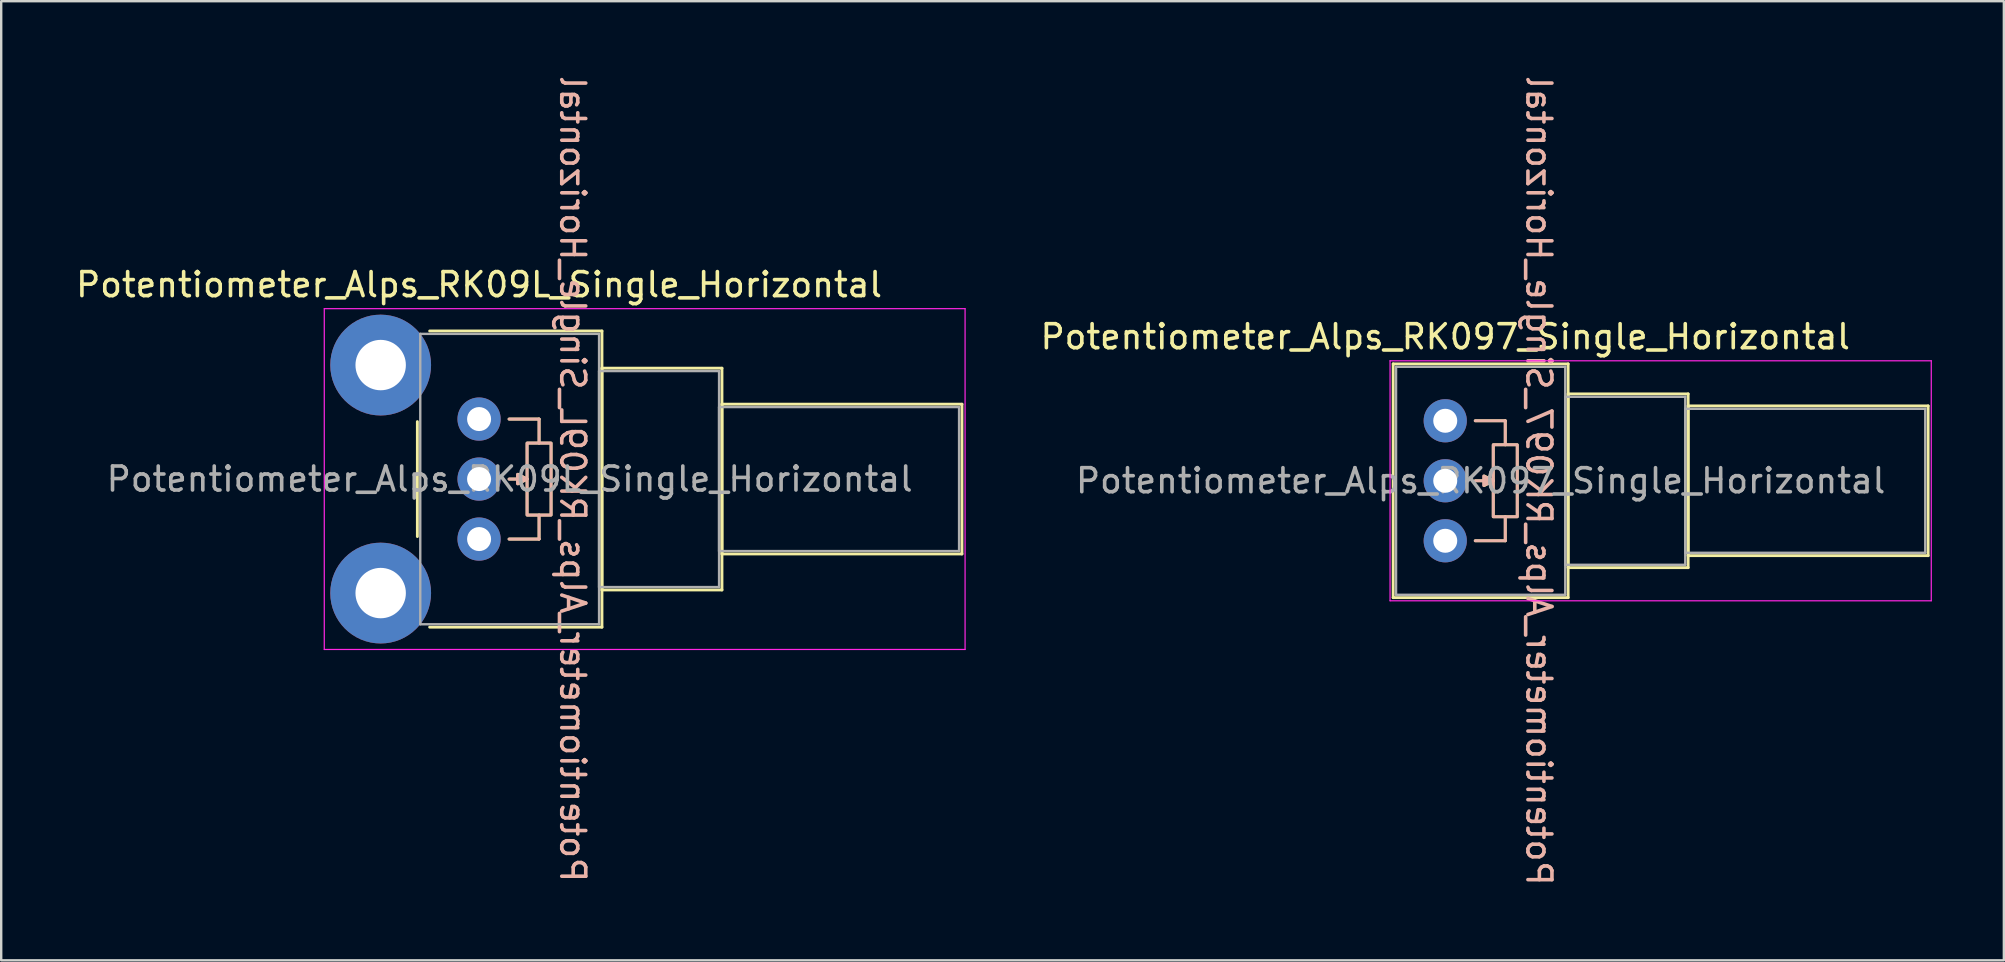
<source format=kicad_pcb>
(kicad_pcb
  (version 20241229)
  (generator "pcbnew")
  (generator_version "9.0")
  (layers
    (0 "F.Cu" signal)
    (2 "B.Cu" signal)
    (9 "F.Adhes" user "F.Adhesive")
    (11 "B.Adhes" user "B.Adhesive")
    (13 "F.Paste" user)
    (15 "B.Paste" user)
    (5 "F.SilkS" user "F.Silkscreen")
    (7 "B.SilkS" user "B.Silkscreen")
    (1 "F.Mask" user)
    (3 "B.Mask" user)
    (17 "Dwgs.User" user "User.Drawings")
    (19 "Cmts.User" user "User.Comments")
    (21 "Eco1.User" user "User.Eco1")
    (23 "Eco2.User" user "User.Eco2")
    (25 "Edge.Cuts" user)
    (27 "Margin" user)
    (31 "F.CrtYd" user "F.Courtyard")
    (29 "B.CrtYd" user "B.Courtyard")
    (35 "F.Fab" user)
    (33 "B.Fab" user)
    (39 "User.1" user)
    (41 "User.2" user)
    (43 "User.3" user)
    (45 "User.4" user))
  (footprint "Potentiometer_Alps_RK09L_Single_Horizontal"
    (layer "F.Cu")
    (at 16.911 19.411)
    (property "Reference" "Potentiometer_Alps_RK09L_Single_Horizontal" (at 0 -10.6 0) (layer "F.SilkS") (effects (font (size 1 1) (thickness 0.15))))
    (attr through_hole)
    (fp_line (start -2.571 -4.894) (end -2.571 -0.105) (stroke (width 0.12) (type solid)) (layer "F.SilkS"))
    (fp_line (start -2.059 -8.67) (end 5.12 -8.67) (stroke (width 0.12) (type solid)) (layer "F.SilkS"))
    (fp_line (start -2.059 3.67) (end 5.12 3.67) (stroke (width 0.12) (type solid)) (layer "F.SilkS"))
    (fp_line (start 2 -2.5) (end 1.25 -2.5) (stroke (width 0.12) (type solid)) (layer "F.SilkS"))
    (fp_line (start 2.5 -5) (end 1.25 -5) (stroke (width 0.12) (type solid)) (layer "F.SilkS"))
    (fp_line (start 2.5 -4) (end 2.5 -5) (stroke (width 0.12) (type solid)) (layer "F.SilkS"))
    (fp_line (start 2.5 -1) (end 2.5 0) (stroke (width 0.12) (type solid)) (layer "F.SilkS"))
    (fp_line (start 2.5 0) (end 1.25 0) (stroke (width 0.12) (type solid)) (layer "F.SilkS"))
    (fp_line (start 5.12 -8.67) (end 5.12 3.67) (stroke (width 0.12) (type solid)) (layer "F.SilkS"))
    (fp_line (start 5.12 -7.12) (end 5.12 2.12) (stroke (width 0.12) (type solid)) (layer "F.SilkS"))
    (fp_line (start 5.12 -7.12) (end 10.12 -7.12) (stroke (width 0.12) (type solid)) (layer "F.SilkS"))
    (fp_line (start 5.12 2.12) (end 10.12 2.12) (stroke (width 0.12) (type solid)) (layer "F.SilkS"))
    (fp_line (start 10.12 -7.12) (end 10.12 2.12) (stroke (width 0.12) (type solid)) (layer "F.SilkS"))
    (fp_line (start 10.12 -5.62) (end 10.12 0.62) (stroke (width 0.12) (type solid)) (layer "F.SilkS"))
    (fp_line (start 10.12 -5.62) (end 20.12 -5.62) (stroke (width 0.12) (type solid)) (layer "F.SilkS"))
    (fp_line (start 10.12 0.62) (end 20.12 0.62) (stroke (width 0.12) (type solid)) (layer "F.SilkS"))
    (fp_line (start 20.12 -5.62) (end 20.12 0.62) (stroke (width 0.12) (type solid)) (layer "F.SilkS"))
    (fp_rect (start 2 -4) (end 3 -1) (stroke (width 0.12) (type solid)) (fill no) (layer "F.SilkS"))
    (fp_poly (pts (xy 2 -2.5) (xy 1.625 -2.3) (xy 1.625 -2.7)) (stroke (width 0.12) (type solid)) (fill yes) (layer "F.SilkS"))
    (fp_line (start 1.25 -5) (end 2.5 -5) (stroke (width 0.12) (type solid)) (layer "B.SilkS"))
    (fp_line (start 1.25 -2.5) (end 2 -2.5) (stroke (width 0.12) (type solid)) (layer "B.SilkS"))
    (fp_line (start 1.25 0) (end 2.5 0) (stroke (width 0.12) (type solid)) (layer "B.SilkS"))
    (fp_line (start 2.5 -5) (end 2.5 -4) (stroke (width 0.12) (type solid)) (layer "B.SilkS"))
    (fp_line (start 2.5 0) (end 2.5 -1) (stroke (width 0.12) (type solid)) (layer "B.SilkS"))
    (fp_rect (start 2 -4) (end 3 -1) (stroke (width 0.12) (type solid)) (fill no) (layer "B.SilkS"))
    (fp_poly (pts (xy 2 -2.5) (xy 1.6 -2.3) (xy 1.6 -2.7)) (stroke (width 0.12) (type solid)) (fill yes) (layer "B.SilkS"))
    (fp_line (start -6.45 -9.6) (end -6.45 4.6) (stroke (width 0.05) (type solid)) (layer "F.CrtYd"))
    (fp_line (start -6.45 4.6) (end 20.25 4.6) (stroke (width 0.05) (type solid)) (layer "F.CrtYd"))
    (fp_line (start 20.25 -9.6) (end -6.45 -9.6) (stroke (width 0.05) (type solid)) (layer "F.CrtYd"))
    (fp_line (start 20.25 4.6) (end 20.25 -9.6) (stroke (width 0.05) (type solid)) (layer "F.CrtYd"))
    (fp_line (start -2.45 -8.55) (end -2.45 3.55) (stroke (width 0.1) (type solid)) (layer "F.Fab"))
    (fp_line (start -2.45 3.55) (end 5 3.55) (stroke (width 0.1) (type solid)) (layer "F.Fab"))
    (fp_line (start 5 -8.55) (end -2.45 -8.55) (stroke (width 0.1) (type solid)) (layer "F.Fab"))
    (fp_line (start 5 -7) (end 5 2) (stroke (width 0.1) (type solid)) (layer "F.Fab"))
    (fp_line (start 5 2) (end 10 2) (stroke (width 0.1) (type solid)) (layer "F.Fab"))
    (fp_line (start 5 3.55) (end 5 -8.55) (stroke (width 0.1) (type solid)) (layer "F.Fab"))
    (fp_line (start 10 -7) (end 5 -7) (stroke (width 0.1) (type solid)) (layer "F.Fab"))
    (fp_line (start 10 -5.5) (end 10 0.5) (stroke (width 0.1) (type solid)) (layer "F.Fab"))
    (fp_line (start 10 0.5) (end 20 0.5) (stroke (width 0.1) (type solid)) (layer "F.Fab"))
    (fp_line (start 10 2) (end 10 -7) (stroke (width 0.1) (type solid)) (layer "F.Fab"))
    (fp_line (start 20 -5.5) (end 10 -5.5) (stroke (width 0.1) (type solid)) (layer "F.Fab"))
    (fp_line (start 20 0.5) (end 20 -5.5) (stroke (width 0.1) (type solid)) (layer "F.Fab"))
    (fp_text user "${REFERENCE}" (at 3.9 -2.5 270) (unlocked yes) (layer "B.SilkS") (effects (font (size 1 1) (thickness 0.15)) (justify mirror)))
    (fp_text user "${REFERENCE}" (at 1.275 -2.5 0) (layer "F.Fab") (effects (font (size 1 1) (thickness 0.15))))
    (pad "" thru_hole circle (at -4.1 -7.25) (size 4.2 4.2) (drill 2.1) (layers "*.Cu" "*.Mask"))
    (pad "" thru_hole circle (at -4.1 2.25) (size 4.2 4.2) (drill 2.1) (layers "*.Cu" "*.Mask"))
    (pad "1" thru_hole circle (at 0 0) (size 1.8 1.8) (drill 1) (layers "*.Cu" "*.Mask"))
    (pad "2" thru_hole circle (at 0 -2.5) (size 1.8 1.8) (drill 1) (layers "*.Cu" "*.Mask"))
    (pad "3" thru_hole circle (at 0 -5) (size 1.8 1.8) (drill 1) (layers "*.Cu" "*.Mask")))
  (footprint "Potentiometer_Alps_RK097_Single_Horizontal"
    (layer "F.Cu")
    (at 57.168 19.482)
    (property "Reference" "Potentiometer_Alps_RK097_Single_Horizontal" (at 0 -8.5 0) (layer "F.SilkS") (effects (font (size 1 1) (thickness 0.15))))
    (attr through_hole)
    (fp_line (start -2.17 -7.37) (end -2.17 2.37) (stroke (width 0.12) (type solid)) (layer "F.SilkS"))
    (fp_line (start -2.17 -7.37) (end 5.12 -7.37) (stroke (width 0.12) (type solid)) (layer "F.SilkS"))
    (fp_line (start -2.17 2.37) (end 5.12 2.37) (stroke (width 0.12) (type solid)) (layer "F.SilkS"))
    (fp_line (start 2 -2.5) (end 1.25 -2.5) (stroke (width 0.12) (type solid)) (layer "F.SilkS"))
    (fp_line (start 2.5 -5) (end 1.25 -5) (stroke (width 0.12) (type solid)) (layer "F.SilkS"))
    (fp_line (start 2.5 -4) (end 2.5 -5) (stroke (width 0.12) (type solid)) (layer "F.SilkS"))
    (fp_line (start 2.5 -1) (end 2.5 0) (stroke (width 0.12) (type solid)) (layer "F.SilkS"))
    (fp_line (start 2.5 0) (end 1.25 0) (stroke (width 0.12) (type solid)) (layer "F.SilkS"))
    (fp_line (start 5.12 -7.37) (end 5.12 2.37) (stroke (width 0.12) (type solid)) (layer "F.SilkS"))
    (fp_line (start 5.12 -6.12) (end 5.12 1.12) (stroke (width 0.12) (type solid)) (layer "F.SilkS"))
    (fp_line (start 5.12 -6.12) (end 10.12 -6.12) (stroke (width 0.12) (type solid)) (layer "F.SilkS"))
    (fp_line (start 5.12 1.12) (end 10.12 1.12) (stroke (width 0.12) (type solid)) (layer "F.SilkS"))
    (fp_line (start 10.12 -6.12) (end 10.12 1.12) (stroke (width 0.12) (type solid)) (layer "F.SilkS"))
    (fp_line (start 10.12 -5.62) (end 10.12 0.62) (stroke (width 0.12) (type solid)) (layer "F.SilkS"))
    (fp_line (start 10.12 -5.62) (end 20.12 -5.62) (stroke (width 0.12) (type solid)) (layer "F.SilkS"))
    (fp_line (start 10.12 0.62) (end 20.12 0.62) (stroke (width 0.12) (type solid)) (layer "F.SilkS"))
    (fp_line (start 20.12 -5.62) (end 20.12 0.62) (stroke (width 0.12) (type solid)) (layer "F.SilkS"))
    (fp_rect (start 2 -4) (end 3 -1) (stroke (width 0.12) (type solid)) (fill no) (layer "F.SilkS"))
    (fp_poly (pts (xy 2 -2.5) (xy 1.625 -2.3) (xy 1.625 -2.7)) (stroke (width 0.12) (type solid)) (fill yes) (layer "F.SilkS"))
    (fp_line (start 1.25 -5) (end 2.5 -5) (stroke (width 0.12) (type solid)) (layer "B.SilkS"))
    (fp_line (start 1.25 -2.5) (end 2 -2.5) (stroke (width 0.12) (type solid)) (layer "B.SilkS"))
    (fp_line (start 1.25 0) (end 2.5 0) (stroke (width 0.12) (type solid)) (layer "B.SilkS"))
    (fp_line (start 2.5 -5) (end 2.5 -4) (stroke (width 0.12) (type solid)) (layer "B.SilkS"))
    (fp_line (start 2.5 0) (end 2.5 -1) (stroke (width 0.12) (type solid)) (layer "B.SilkS"))
    (fp_rect (start 2 -4) (end 3 -1) (stroke (width 0.12) (type solid)) (fill no) (layer "B.SilkS"))
    (fp_poly (pts (xy 2 -2.5) (xy 1.6 -2.3) (xy 1.6 -2.7)) (stroke (width 0.12) (type solid)) (fill yes) (layer "B.SilkS"))
    (fp_line (start -2.3 -7.5) (end -2.3 2.5) (stroke (width 0.05) (type solid)) (layer "F.CrtYd"))
    (fp_line (start -2.3 2.5) (end 20.25 2.5) (stroke (width 0.05) (type solid)) (layer "F.CrtYd"))
    (fp_line (start 20.25 -7.5) (end -2.3 -7.5) (stroke (width 0.05) (type solid)) (layer "F.CrtYd"))
    (fp_line (start 20.25 2.5) (end 20.25 -7.5) (stroke (width 0.05) (type solid)) (layer "F.CrtYd"))
    (fp_line (start -2.05 -7.25) (end -2.05 2.25) (stroke (width 0.1) (type solid)) (layer "F.Fab"))
    (fp_line (start -2.05 2.25) (end 5 2.25) (stroke (width 0.1) (type solid)) (layer "F.Fab"))
    (fp_line (start 5 -7.25) (end -2.05 -7.25) (stroke (width 0.1) (type solid)) (layer "F.Fab"))
    (fp_line (start 5 -6) (end 5 1) (stroke (width 0.1) (type solid)) (layer "F.Fab"))
    (fp_line (start 5 1) (end 10 1) (stroke (width 0.1) (type solid)) (layer "F.Fab"))
    (fp_line (start 5 2.25) (end 5 -7.25) (stroke (width 0.1) (type solid)) (layer "F.Fab"))
    (fp_line (start 10 -6) (end 5 -6) (stroke (width 0.1) (type solid)) (layer "F.Fab"))
    (fp_line (start 10 -5.5) (end 10 0.5) (stroke (width 0.1) (type solid)) (layer "F.Fab"))
    (fp_line (start 10 0.5) (end 20 0.5) (stroke (width 0.1) (type solid)) (layer "F.Fab"))
    (fp_line (start 10 1) (end 10 -6) (stroke (width 0.1) (type solid)) (layer "F.Fab"))
    (fp_line (start 20 -5.5) (end 10 -5.5) (stroke (width 0.1) (type solid)) (layer "F.Fab"))
    (fp_line (start 20 0.5) (end 20 -5.5) (stroke (width 0.1) (type solid)) (layer "F.Fab"))
    (fp_text user "${REFERENCE}" (at 3.9 -2.5 270) (unlocked yes) (layer "B.SilkS") (effects (font (size 1 1) (thickness 0.15)) (justify mirror)))
    (fp_text user "${REFERENCE}" (at 1.475 -2.5 0) (layer "F.Fab") (effects (font (size 1 1) (thickness 0.15))))
    (pad "1" thru_hole circle (at 0 0) (size 1.8 1.8) (drill 1) (layers "*.Cu" "*.Mask"))
    (pad "2" thru_hole circle (at 0 -2.5) (size 1.8 1.8) (drill 1) (layers "*.Cu" "*.Mask"))
    (pad "3" thru_hole circle (at 0 -5) (size 1.8 1.8) (drill 1) (layers "*.Cu" "*.Mask")))
  (gr_rect
    (start -3 -3)
    (end 80.443 36.964)
    (stroke (width 0.1) (type default))
    (fill no)
    (layer "Edge.Cuts")))
</source>
